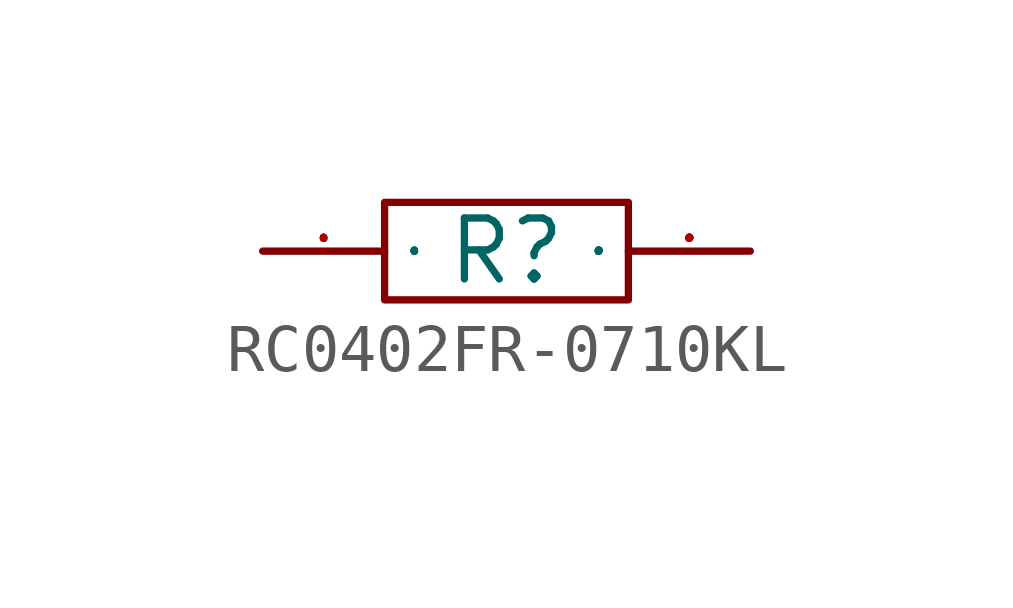
<source format=kicad_sym>
(kicad_symbol_lib
  (version 20241209)
  (generator "kicad_symbol_editor")
  (generator_version "9.0")
  (symbol "RC0402FR-0710KL"
    (property "Reference" "R"
      (at 0 0 0)
      (effects (font (size 1.27 1.27))))
    (symbol "RC0402FR-0710KL_1_0"
      (rectangle (start -2.54 -1.016) (end 2.54 1.016) (stroke (width 0) (type default)) (fill (type none)))
      (pin input line (at -5.08 0 0) (length 2.54) (name "1" (effects (font (size 0.025 0.025)))) (number "1" (effects (font (size 0.025 0.025)))))
      (pin input line (at 5.08 0 180) (length 2.54) (name "2" (effects (font (size 0.025 0.025)))) (number "2" (effects (font (size 0.025 0.025))))))))
</source>
